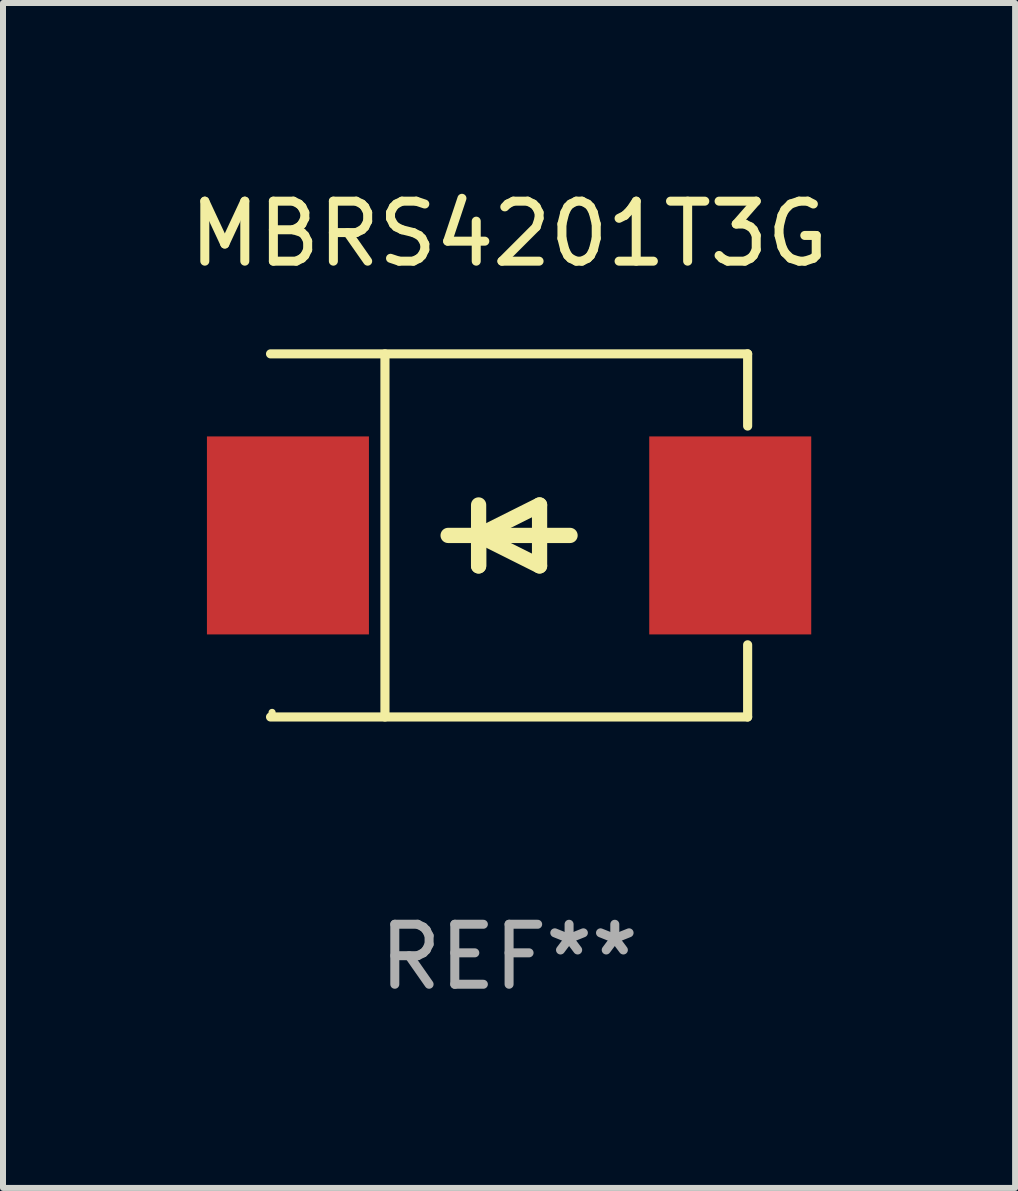
<source format=kicad_pcb>
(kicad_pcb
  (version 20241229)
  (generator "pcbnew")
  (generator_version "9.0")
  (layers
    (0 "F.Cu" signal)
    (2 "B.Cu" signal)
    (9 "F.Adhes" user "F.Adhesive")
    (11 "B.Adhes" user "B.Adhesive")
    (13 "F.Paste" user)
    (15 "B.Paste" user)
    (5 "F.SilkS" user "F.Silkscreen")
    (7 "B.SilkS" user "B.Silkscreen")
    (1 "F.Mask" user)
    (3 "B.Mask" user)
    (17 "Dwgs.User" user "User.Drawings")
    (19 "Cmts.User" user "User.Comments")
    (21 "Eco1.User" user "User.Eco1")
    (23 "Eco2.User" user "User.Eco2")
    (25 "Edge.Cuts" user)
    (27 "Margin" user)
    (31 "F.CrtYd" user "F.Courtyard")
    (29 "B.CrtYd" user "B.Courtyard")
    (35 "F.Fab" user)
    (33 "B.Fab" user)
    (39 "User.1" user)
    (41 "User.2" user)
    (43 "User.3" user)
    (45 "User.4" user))
  (footprint "MBRS4201T3G"
    (layer "F.Cu")
    (at 5.435 5.874)
    (property "Reference" "MBRS4201T3G" (at 0 -5.026 0) (layer "F.SilkS") (effects (font (size 1 1) (thickness 0.15))))
    (attr through_hole)
    (fp_line (start -3.976 -3.026) (end 3.976 -3.026) (stroke (width 0.152) (type solid)) (layer "F.SilkS"))
    (fp_line (start -3.976 3.026) (end 3.976 3.026) (stroke (width 0.152) (type solid)) (layer "F.SilkS"))
    (fp_line (start -2.069 -3.026) (end -2.069 3.026) (stroke (width 0.152) (type solid)) (layer "F.SilkS"))
    (fp_line (start -0.508 0) (end -0.508 0.508) (stroke (width 0.254) (type solid)) (layer "F.SilkS"))
    (fp_line (start -0.508 0) (end 0.508 0.508) (stroke (width 0.254) (type solid)) (layer "F.SilkS"))
    (fp_line (start -0.508 0.508) (end -0.508 -0.508) (stroke (width 0.254) (type solid)) (layer "F.SilkS"))
    (fp_line (start 0.508 -0.508) (end -0.508 0) (stroke (width 0.254) (type solid)) (layer "F.SilkS"))
    (fp_line (start 0.508 0.508) (end 0.508 -0.508) (stroke (width 0.254) (type solid)) (layer "F.SilkS"))
    (fp_line (start 1.016 0) (end -1.016 0) (stroke (width 0.254) (type solid)) (layer "F.SilkS"))
    (fp_line (start 3.976 -3.026) (end 3.976 -1.823) (stroke (width 0.152) (type solid)) (layer "F.SilkS"))
    (fp_line (start 3.976 3.026) (end 3.976 1.823) (stroke (width 0.152) (type solid)) (layer "F.SilkS"))
    (fp_circle (center -3.95 2.95) (end -3.92 2.95) (stroke (width 0.06) (type solid)) (fill no) (layer "F.SilkS"))
    (fp_text user "REF**" (at 0 7.026 0) (layer "F.Fab") (effects (font (size 1 1) (thickness 0.15))))
    (pad "1" smd rect (at -3.686 0) (size 2.7 3.3) (layers "F.Cu" "F.Mask" "F.Paste"))
    (pad "2" smd rect (at 3.686 0) (size 2.7 3.3) (layers "F.Cu" "F.Mask" "F.Paste")))
  (gr_rect
    (start -3 -3)
    (end 13.869 16.749)
    (stroke (width 0.1) (type default))
    (fill no)
    (layer "Edge.Cuts")))
</source>
